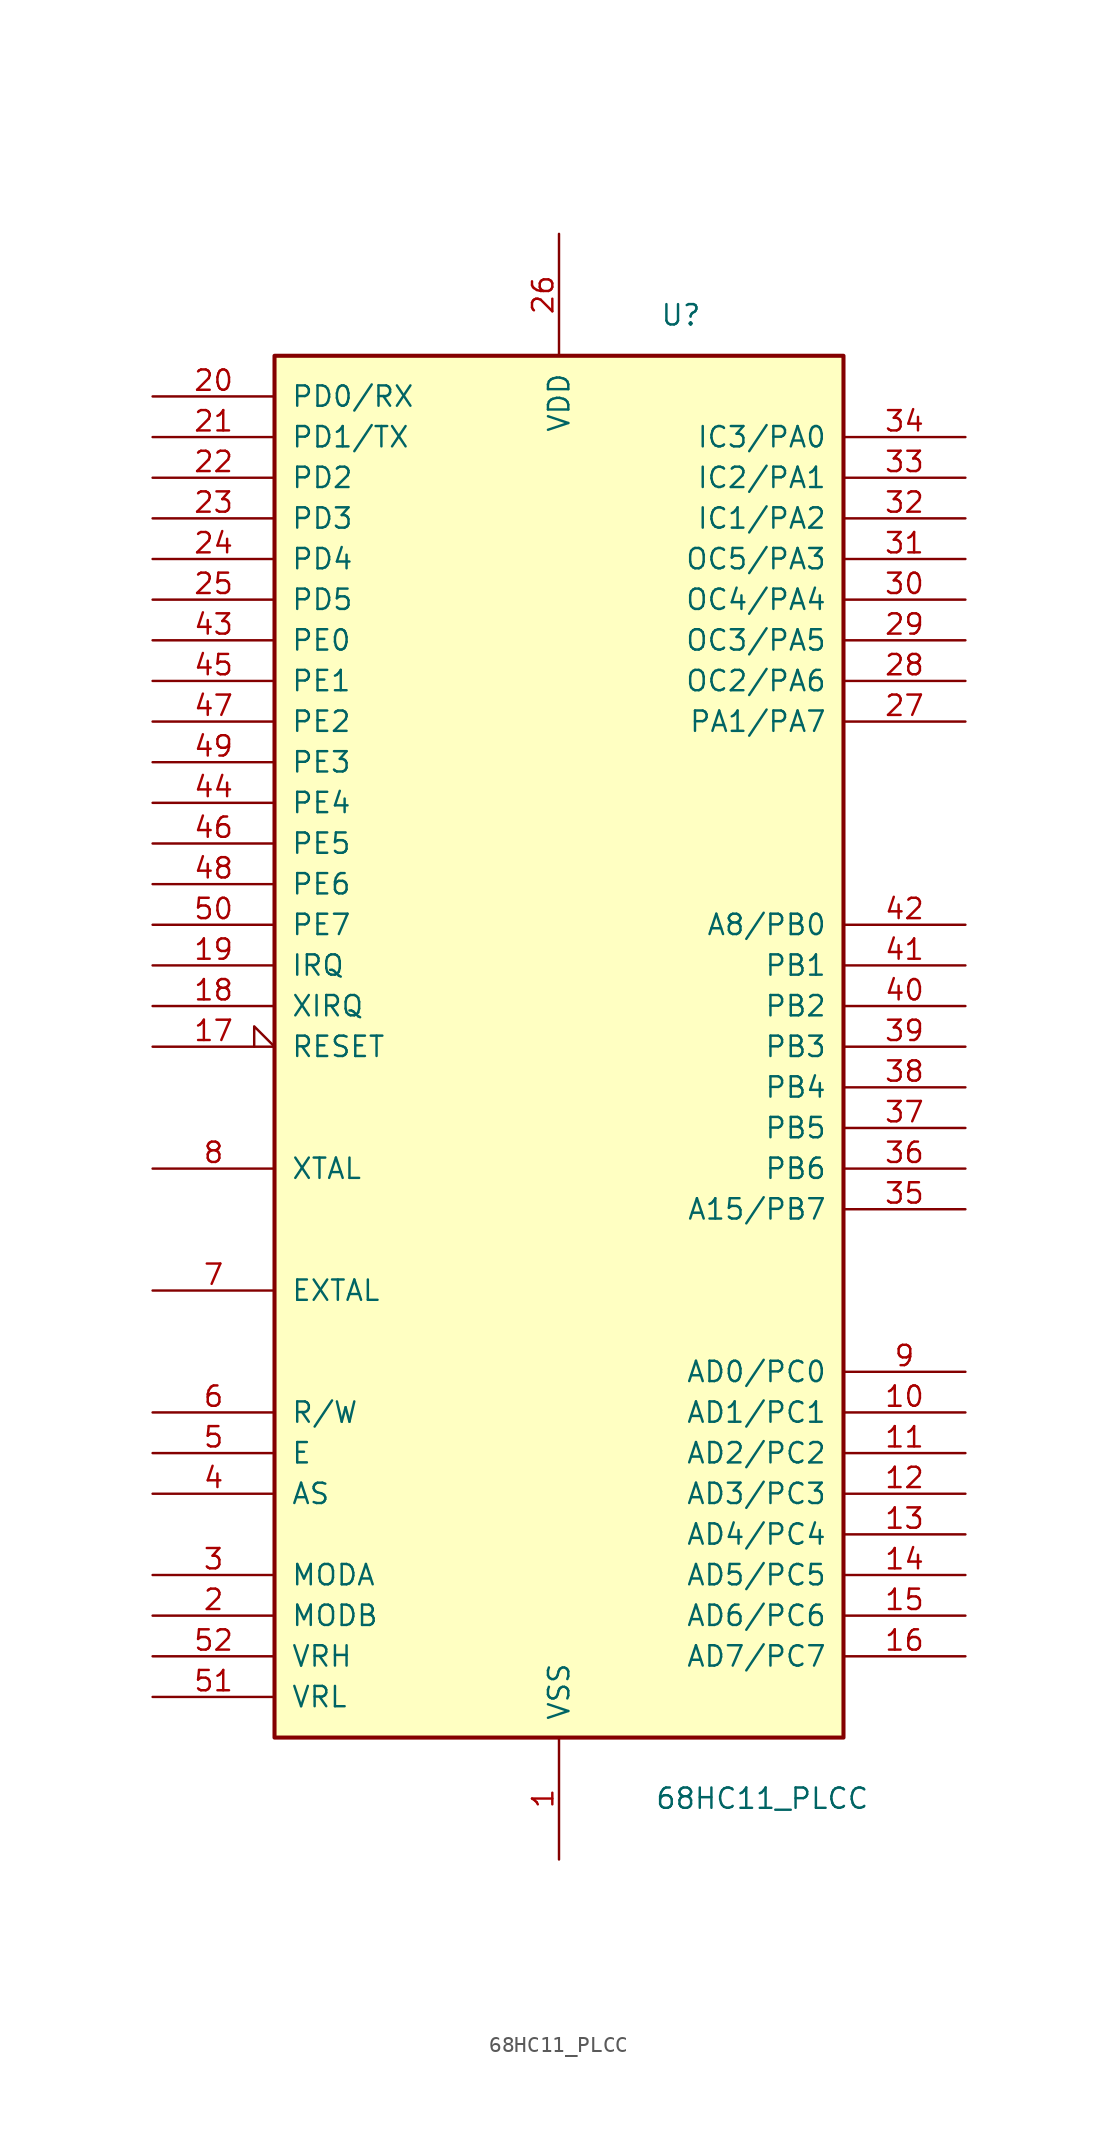
<source format=kicad_sym>
(kicad_symbol_lib
  (version 20211014)
  (generator kicad_symbol_editor)
  (symbol "68HC11_PLCC"
    (pin_names
      (offset 1.016))
    (property "Reference" "U"
      (at 7.62 45.72 0)
      (effects (font (size 1.27 1.27))))
    (property "Value" "68HC11_PLCC"
      (at 12.7 -46.99 0)
      (effects (font (size 1.27 1.27))))
    (symbol "68HC11_PLCC_0_1"
      (rectangle (start -17.78 -43.18) (end 17.78 43.18) (stroke (width 0.254) (type default) (color 0 0 0 0)) (fill (type background))))
    (symbol "68HC11_PLCC_1_1"
      (pin power_in line (at 0 -50.8 90) (length 7.62) (name "VSS" (effects (font (size 1.27 1.27)))) (number "1" (effects (font (size 1.27 1.27)))))
      (pin tri_state line (at 25.4 -22.86 180) (length 7.62) (name "AD1/PC1" (effects (font (size 1.27 1.27)))) (number "10" (effects (font (size 1.27 1.27)))))
      (pin tri_state line (at 25.4 -25.4 180) (length 7.62) (name "AD2/PC2" (effects (font (size 1.27 1.27)))) (number "11" (effects (font (size 1.27 1.27)))))
      (pin tri_state line (at 25.4 -27.94 180) (length 7.62) (name "AD3/PC3" (effects (font (size 1.27 1.27)))) (number "12" (effects (font (size 1.27 1.27)))))
      (pin tri_state line (at 25.4 -30.48 180) (length 7.62) (name "AD4/PC4" (effects (font (size 1.27 1.27)))) (number "13" (effects (font (size 1.27 1.27)))))
      (pin tri_state line (at 25.4 -33.02 180) (length 7.62) (name "AD5/PC5" (effects (font (size 1.27 1.27)))) (number "14" (effects (font (size 1.27 1.27)))))
      (pin tri_state line (at 25.4 -35.56 180) (length 7.62) (name "AD6/PC6" (effects (font (size 1.27 1.27)))) (number "15" (effects (font (size 1.27 1.27)))))
      (pin tri_state line (at 25.4 -38.1 180) (length 7.62) (name "AD7/PC7" (effects (font (size 1.27 1.27)))) (number "16" (effects (font (size 1.27 1.27)))))
      (pin input input_low (at -25.4 0 0) (length 7.62) (name "RESET" (effects (font (size 1.27 1.27)))) (number "17" (effects (font (size 1.27 1.27)))))
      (pin input line (at -25.4 2.54 0) (length 7.62) (name "XIRQ" (effects (font (size 1.27 1.27)))) (number "18" (effects (font (size 1.27 1.27)))))
      (pin input line (at -25.4 5.08 0) (length 7.62) (name "IRQ" (effects (font (size 1.27 1.27)))) (number "19" (effects (font (size 1.27 1.27)))))
      (pin input line (at -25.4 -35.56 0) (length 7.62) (name "MODB" (effects (font (size 1.27 1.27)))) (number "2" (effects (font (size 1.27 1.27)))))
      (pin bidirectional line (at -25.4 40.64 0) (length 7.62) (name "PD0/RX" (effects (font (size 1.27 1.27)))) (number "20" (effects (font (size 1.27 1.27)))))
      (pin bidirectional line (at -25.4 38.1 0) (length 7.62) (name "PD1/TX" (effects (font (size 1.27 1.27)))) (number "21" (effects (font (size 1.27 1.27)))))
      (pin bidirectional line (at -25.4 35.56 0) (length 7.62) (name "PD2" (effects (font (size 1.27 1.27)))) (number "22" (effects (font (size 1.27 1.27)))))
      (pin input line (at -25.4 33.02 0) (length 7.62) (name "PD3" (effects (font (size 1.27 1.27)))) (number "23" (effects (font (size 1.27 1.27)))))
      (pin bidirectional line (at -25.4 30.48 0) (length 7.62) (name "PD4" (effects (font (size 1.27 1.27)))) (number "24" (effects (font (size 1.27 1.27)))))
      (pin bidirectional line (at -25.4 27.94 0) (length 7.62) (name "PD5" (effects (font (size 1.27 1.27)))) (number "25" (effects (font (size 1.27 1.27)))))
      (pin power_in line (at 0 50.8 270) (length 7.62) (name "VDD" (effects (font (size 1.27 1.27)))) (number "26" (effects (font (size 1.27 1.27)))))
      (pin input line (at 25.4 20.32 180) (length 7.62) (name "PA1/PA7" (effects (font (size 1.27 1.27)))) (number "27" (effects (font (size 1.27 1.27)))))
      (pin output line (at 25.4 22.86 180) (length 7.62) (name "OC2/PA6" (effects (font (size 1.27 1.27)))) (number "28" (effects (font (size 1.27 1.27)))))
      (pin output line (at 25.4 25.4 180) (length 7.62) (name "OC3/PA5" (effects (font (size 1.27 1.27)))) (number "29" (effects (font (size 1.27 1.27)))))
      (pin input line (at -25.4 -33.02 0) (length 7.62) (name "MODA" (effects (font (size 1.27 1.27)))) (number "3" (effects (font (size 1.27 1.27)))))
      (pin output line (at 25.4 27.94 180) (length 7.62) (name "OC4/PA4" (effects (font (size 1.27 1.27)))) (number "30" (effects (font (size 1.27 1.27)))))
      (pin output line (at 25.4 30.48 180) (length 7.62) (name "OC5/PA3" (effects (font (size 1.27 1.27)))) (number "31" (effects (font (size 1.27 1.27)))))
      (pin input line (at 25.4 33.02 180) (length 7.62) (name "IC1/PA2" (effects (font (size 1.27 1.27)))) (number "32" (effects (font (size 1.27 1.27)))))
      (pin input line (at 25.4 35.56 180) (length 7.62) (name "IC2/PA1" (effects (font (size 1.27 1.27)))) (number "33" (effects (font (size 1.27 1.27)))))
      (pin input line (at 25.4 38.1 180) (length 7.62) (name "IC3/PA0" (effects (font (size 1.27 1.27)))) (number "34" (effects (font (size 1.27 1.27)))))
      (pin output line (at 25.4 -10.16 180) (length 7.62) (name "A15/PB7" (effects (font (size 1.27 1.27)))) (number "35" (effects (font (size 1.27 1.27)))))
      (pin output line (at 25.4 -7.62 180) (length 7.62) (name "PB6" (effects (font (size 1.27 1.27)))) (number "36" (effects (font (size 1.27 1.27)))))
      (pin output line (at 25.4 -5.08 180) (length 7.62) (name "PB5" (effects (font (size 1.27 1.27)))) (number "37" (effects (font (size 1.27 1.27)))))
      (pin output line (at 25.4 -2.54 180) (length 7.62) (name "PB4" (effects (font (size 1.27 1.27)))) (number "38" (effects (font (size 1.27 1.27)))))
      (pin output line (at 25.4 0 180) (length 7.62) (name "PB3" (effects (font (size 1.27 1.27)))) (number "39" (effects (font (size 1.27 1.27)))))
      (pin output line (at -25.4 -27.94 0) (length 7.62) (name "AS" (effects (font (size 1.27 1.27)))) (number "4" (effects (font (size 1.27 1.27)))))
      (pin output line (at 25.4 2.54 180) (length 7.62) (name "PB2" (effects (font (size 1.27 1.27)))) (number "40" (effects (font (size 1.27 1.27)))))
      (pin output line (at 25.4 5.08 180) (length 7.62) (name "PB1" (effects (font (size 1.27 1.27)))) (number "41" (effects (font (size 1.27 1.27)))))
      (pin output line (at 25.4 7.62 180) (length 7.62) (name "A8/PB0" (effects (font (size 1.27 1.27)))) (number "42" (effects (font (size 1.27 1.27)))))
      (pin input line (at -25.4 25.4 0) (length 7.62) (name "PE0" (effects (font (size 1.27 1.27)))) (number "43" (effects (font (size 1.27 1.27)))))
      (pin input line (at -25.4 15.24 0) (length 7.62) (name "PE4" (effects (font (size 1.27 1.27)))) (number "44" (effects (font (size 1.27 1.27)))))
      (pin input line (at -25.4 22.86 0) (length 7.62) (name "PE1" (effects (font (size 1.27 1.27)))) (number "45" (effects (font (size 1.27 1.27)))))
      (pin input line (at -25.4 12.7 0) (length 7.62) (name "PE5" (effects (font (size 1.27 1.27)))) (number "46" (effects (font (size 1.27 1.27)))))
      (pin input line (at -25.4 20.32 0) (length 7.62) (name "PE2" (effects (font (size 1.27 1.27)))) (number "47" (effects (font (size 1.27 1.27)))))
      (pin input line (at -25.4 10.16 0) (length 7.62) (name "PE6" (effects (font (size 1.27 1.27)))) (number "48" (effects (font (size 1.27 1.27)))))
      (pin input line (at -25.4 17.78 0) (length 7.62) (name "PE3" (effects (font (size 1.27 1.27)))) (number "49" (effects (font (size 1.27 1.27)))))
      (pin output line (at -25.4 -25.4 0) (length 7.62) (name "E" (effects (font (size 1.27 1.27)))) (number "5" (effects (font (size 1.27 1.27)))))
      (pin input line (at -25.4 7.62 0) (length 7.62) (name "PE7" (effects (font (size 1.27 1.27)))) (number "50" (effects (font (size 1.27 1.27)))))
      (pin passive line (at -25.4 -40.64 0) (length 7.62) (name "VRL" (effects (font (size 1.27 1.27)))) (number "51" (effects (font (size 1.27 1.27)))))
      (pin passive line (at -25.4 -38.1 0) (length 7.62) (name "VRH" (effects (font (size 1.27 1.27)))) (number "52" (effects (font (size 1.27 1.27)))))
      (pin output line (at -25.4 -22.86 0) (length 7.62) (name "R/W" (effects (font (size 1.27 1.27)))) (number "6" (effects (font (size 1.27 1.27)))))
      (pin input line (at -25.4 -15.24 0) (length 7.62) (name "EXTAL" (effects (font (size 1.27 1.27)))) (number "7" (effects (font (size 1.27 1.27)))))
      (pin output line (at -25.4 -7.62 0) (length 7.62) (name "XTAL" (effects (font (size 1.27 1.27)))) (number "8" (effects (font (size 1.27 1.27)))))
      (pin tri_state line (at 25.4 -20.32 180) (length 7.62) (name "AD0/PC0" (effects (font (size 1.27 1.27)))) (number "9" (effects (font (size 1.27 1.27))))))))
</source>
